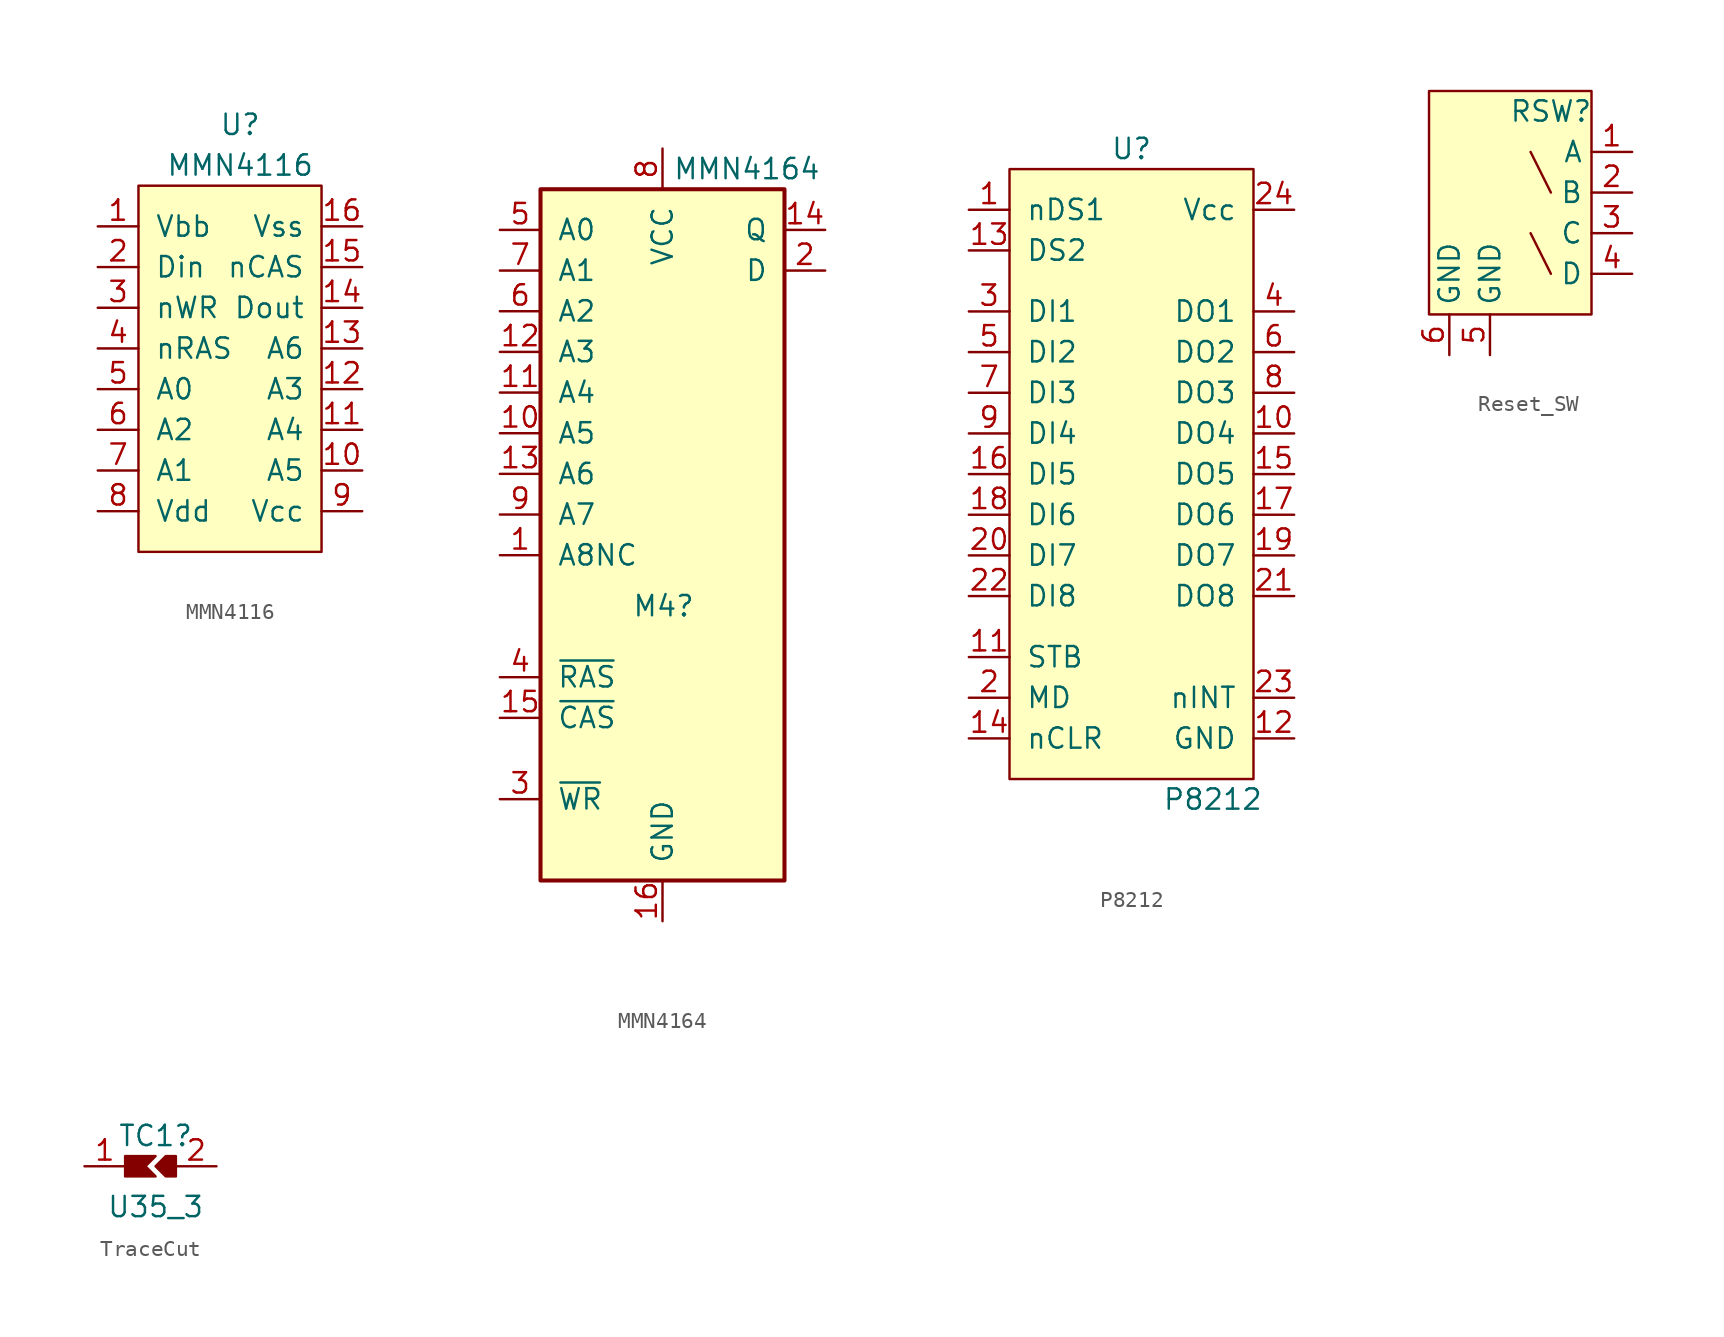
<source format=kicad_sym>
(kicad_symbol_lib
  (version 20231120)
  (generator "kicad_symbol_editor")
  (generator_version "8.0")
  (symbol "MMN4116"
    (pin_names
      (offset 1.016))
    (property "Reference" "U"
      (at 0 0 0)
      (effects (font (size 1.27 1.27))))
    (property "Value" "MMN4116"
      (at 0 -2.54 0)
      (effects (font (size 1.27 1.27))))
    (symbol "MMN4116_1_1"
      (rectangle (start -6.35 -3.81) (end 5.08 -26.67) (stroke (width 0) (type solid)) (fill (type background)))
      (pin power_in line (at -8.89 -6.35 0) (length 2.54) (name "Vbb" (effects (font (size 1.27 1.27)))) (number "1" (effects (font (size 1.27 1.27)))))
      (pin input line (at 7.62 -21.59 180) (length 2.54) (name "A5" (effects (font (size 1.27 1.27)))) (number "10" (effects (font (size 1.27 1.27)))))
      (pin input line (at 7.62 -19.05 180) (length 2.54) (name "A4" (effects (font (size 1.27 1.27)))) (number "11" (effects (font (size 1.27 1.27)))))
      (pin input line (at 7.62 -16.51 180) (length 2.54) (name "A3" (effects (font (size 1.27 1.27)))) (number "12" (effects (font (size 1.27 1.27)))))
      (pin input line (at 7.62 -13.97 180) (length 2.54) (name "A6" (effects (font (size 1.27 1.27)))) (number "13" (effects (font (size 1.27 1.27)))))
      (pin bidirectional line (at 7.62 -11.43 180) (length 2.54) (name "Dout" (effects (font (size 1.27 1.27)))) (number "14" (effects (font (size 1.27 1.27)))))
      (pin input line (at 7.62 -8.89 180) (length 2.54) (name "nCAS" (effects (font (size 1.27 1.27)))) (number "15" (effects (font (size 1.27 1.27)))))
      (pin passive line (at 7.62 -6.35 180) (length 2.54) (name "Vss" (effects (font (size 1.27 1.27)))) (number "16" (effects (font (size 1.27 1.27)))))
      (pin bidirectional line (at -8.89 -8.89 0) (length 2.54) (name "Din" (effects (font (size 1.27 1.27)))) (number "2" (effects (font (size 1.27 1.27)))))
      (pin input line (at -8.89 -11.43 0) (length 2.54) (name "nWR" (effects (font (size 1.27 1.27)))) (number "3" (effects (font (size 1.27 1.27)))))
      (pin input line (at -8.89 -13.97 0) (length 2.54) (name "nRAS" (effects (font (size 1.27 1.27)))) (number "4" (effects (font (size 1.27 1.27)))))
      (pin input line (at -8.89 -16.51 0) (length 2.54) (name "A0" (effects (font (size 1.27 1.27)))) (number "5" (effects (font (size 1.27 1.27)))))
      (pin input line (at -8.89 -19.05 0) (length 2.54) (name "A2" (effects (font (size 1.27 1.27)))) (number "6" (effects (font (size 1.27 1.27)))))
      (pin input line (at -8.89 -21.59 0) (length 2.54) (name "A1" (effects (font (size 1.27 1.27)))) (number "7" (effects (font (size 1.27 1.27)))))
      (pin power_in line (at -8.89 -24.13 0) (length 2.54) (name "Vdd" (effects (font (size 1.27 1.27)))) (number "8" (effects (font (size 1.27 1.27)))))
      (pin power_in line (at 7.62 -24.13 180) (length 2.54) (name "Vcc" (effects (font (size 1.27 1.27)))) (number "9" (effects (font (size 1.27 1.27)))))))
  (symbol "MMN4164"
    (pin_names
      (offset 1.016))
    (property "Reference" "M4"
      (at -1.905 -0.635 0)
      (effects (font (size 1.27 1.27)) (justify left)))
    (property "Value" "MMN4164"
      (at 0.635 26.67 0)
      (effects (font (size 1.27 1.27)) (justify left)))
    (symbol "MMN4164_1_1"
      (rectangle (start -7.62 25.4) (end 7.62 -17.78) (stroke (width 0.254) (type default)) (fill (type background)))
      (pin input line (at -10.16 2.54 0) (length 2.54) (name "A8NC" (effects (font (size 1.27 1.27)))) (number "1" (effects (font (size 1.27 1.27)))))
      (pin input line (at -10.16 10.16 0) (length 2.54) (name "A5" (effects (font (size 1.27 1.27)))) (number "10" (effects (font (size 1.27 1.27)))))
      (pin input line (at -10.16 12.7 0) (length 2.54) (name "A4" (effects (font (size 1.27 1.27)))) (number "11" (effects (font (size 1.27 1.27)))))
      (pin input line (at -10.16 15.24 0) (length 2.54) (name "A3" (effects (font (size 1.27 1.27)))) (number "12" (effects (font (size 1.27 1.27)))))
      (pin input line (at -10.16 7.62 0) (length 2.54) (name "A6" (effects (font (size 1.27 1.27)))) (number "13" (effects (font (size 1.27 1.27)))))
      (pin tri_state line (at 10.16 22.86 180) (length 2.54) (name "Q" (effects (font (size 1.27 1.27)))) (number "14" (effects (font (size 1.27 1.27)))))
      (pin input line (at -10.16 -7.62 0) (length 2.54) (name "~{CAS}" (effects (font (size 1.27 1.27)))) (number "15" (effects (font (size 1.27 1.27)))))
      (pin power_in line (at 0 -20.32 90) (length 2.54) (name "GND" (effects (font (size 1.27 1.27)))) (number "16" (effects (font (size 1.27 1.27)))))
      (pin tri_state line (at 10.16 20.32 180) (length 2.54) (name "D" (effects (font (size 1.27 1.27)))) (number "2" (effects (font (size 1.27 1.27)))))
      (pin input line (at -10.16 -12.7 0) (length 2.54) (name "~{WR}" (effects (font (size 1.27 1.27)))) (number "3" (effects (font (size 1.27 1.27)))))
      (pin input line (at -10.16 -5.08 0) (length 2.54) (name "~{RAS}" (effects (font (size 1.27 1.27)))) (number "4" (effects (font (size 1.27 1.27)))))
      (pin input line (at -10.16 22.86 0) (length 2.54) (name "A0" (effects (font (size 1.27 1.27)))) (number "5" (effects (font (size 1.27 1.27)))))
      (pin input line (at -10.16 17.78 0) (length 2.54) (name "A2" (effects (font (size 1.27 1.27)))) (number "6" (effects (font (size 1.27 1.27)))))
      (pin input line (at -10.16 20.32 0) (length 2.54) (name "A1" (effects (font (size 1.27 1.27)))) (number "7" (effects (font (size 1.27 1.27)))))
      (pin power_in line (at 0 27.94 270) (length 2.54) (name "VCC" (effects (font (size 1.27 1.27)))) (number "8" (effects (font (size 1.27 1.27)))))
      (pin input line (at -10.16 5.08 0) (length 2.54) (name "A7" (effects (font (size 1.27 1.27)))) (number "9" (effects (font (size 1.27 1.27)))))))
  (symbol "P8212"
    (pin_names
      (offset 1.016))
    (property "Reference" "U"
      (at 0 19.05 0)
      (effects (font (size 1.27 1.27))))
    (property "Value" "P8212"
      (at 5.08 -21.59 0)
      (effects (font (size 1.27 1.27))))
    (symbol "P8212_1_1"
      (rectangle (start -7.62 17.78) (end 7.62 -20.32) (stroke (width 0) (type solid)) (fill (type background)))
      (pin input line (at -10.16 15.24 0) (length 2.54) (name "nDS1" (effects (font (size 1.27 1.27)))) (number "1" (effects (font (size 1.27 1.27)))))
      (pin tri_state line (at 10.16 1.27 180) (length 2.54) (name "DO4" (effects (font (size 1.27 1.27)))) (number "10" (effects (font (size 1.27 1.27)))))
      (pin input line (at -10.16 -12.7 0) (length 2.54) (name "STB" (effects (font (size 1.27 1.27)))) (number "11" (effects (font (size 1.27 1.27)))))
      (pin power_out line (at 10.16 -17.78 180) (length 2.54) (name "GND" (effects (font (size 1.27 1.27)))) (number "12" (effects (font (size 1.27 1.27)))))
      (pin input line (at -10.16 12.7 0) (length 2.54) (name "DS2" (effects (font (size 1.27 1.27)))) (number "13" (effects (font (size 1.27 1.27)))))
      (pin input line (at -10.16 -17.78 0) (length 2.54) (name "nCLR" (effects (font (size 1.27 1.27)))) (number "14" (effects (font (size 1.27 1.27)))))
      (pin tri_state line (at 10.16 -1.27 180) (length 2.54) (name "DO5" (effects (font (size 1.27 1.27)))) (number "15" (effects (font (size 1.27 1.27)))))
      (pin input line (at -10.16 -1.27 0) (length 2.54) (name "DI5" (effects (font (size 1.27 1.27)))) (number "16" (effects (font (size 1.27 1.27)))))
      (pin tri_state line (at 10.16 -3.81 180) (length 2.54) (name "DO6" (effects (font (size 1.27 1.27)))) (number "17" (effects (font (size 1.27 1.27)))))
      (pin input line (at -10.16 -3.81 0) (length 2.54) (name "DI6" (effects (font (size 1.27 1.27)))) (number "18" (effects (font (size 1.27 1.27)))))
      (pin tri_state line (at 10.16 -6.35 180) (length 2.54) (name "DO7" (effects (font (size 1.27 1.27)))) (number "19" (effects (font (size 1.27 1.27)))))
      (pin input line (at -10.16 -15.24 0) (length 2.54) (name "MD" (effects (font (size 1.27 1.27)))) (number "2" (effects (font (size 1.27 1.27)))))
      (pin input line (at -10.16 -6.35 0) (length 2.54) (name "DI7" (effects (font (size 1.27 1.27)))) (number "20" (effects (font (size 1.27 1.27)))))
      (pin tri_state line (at 10.16 -8.89 180) (length 2.54) (name "DO8" (effects (font (size 1.27 1.27)))) (number "21" (effects (font (size 1.27 1.27)))))
      (pin input line (at -10.16 -8.89 0) (length 2.54) (name "DI8" (effects (font (size 1.27 1.27)))) (number "22" (effects (font (size 1.27 1.27)))))
      (pin output line (at 10.16 -15.24 180) (length 2.54) (name "nINT" (effects (font (size 1.27 1.27)))) (number "23" (effects (font (size 1.27 1.27)))))
      (pin power_in line (at 10.16 15.24 180) (length 2.54) (name "Vcc" (effects (font (size 1.27 1.27)))) (number "24" (effects (font (size 1.27 1.27)))))
      (pin input line (at -10.16 8.89 0) (length 2.54) (name "DI1" (effects (font (size 1.27 1.27)))) (number "3" (effects (font (size 1.27 1.27)))))
      (pin tri_state line (at 10.16 8.89 180) (length 2.54) (name "DO1" (effects (font (size 1.27 1.27)))) (number "4" (effects (font (size 1.27 1.27)))))
      (pin input line (at -10.16 6.35 0) (length 2.54) (name "DI2" (effects (font (size 1.27 1.27)))) (number "5" (effects (font (size 1.27 1.27)))))
      (pin tri_state line (at 10.16 6.35 180) (length 2.54) (name "DO2" (effects (font (size 1.27 1.27)))) (number "6" (effects (font (size 1.27 1.27)))))
      (pin input line (at -10.16 3.81 0) (length 2.54) (name "DI3" (effects (font (size 1.27 1.27)))) (number "7" (effects (font (size 1.27 1.27)))))
      (pin tri_state line (at 10.16 3.81 180) (length 2.54) (name "DO3" (effects (font (size 1.27 1.27)))) (number "8" (effects (font (size 1.27 1.27)))))
      (pin input line (at -10.16 1.27 0) (length 2.54) (name "DI4" (effects (font (size 1.27 1.27)))) (number "9" (effects (font (size 1.27 1.27)))))))
  (symbol "Reset_SW"
    (property "Reference" "RSW"
      (at -2.54 6.35 0)
      (effects (font (size 1.27 1.27))))
    (property "Value" ""
      (at 0 0 0)
      (effects (font (size 1.27 1.27))))
    (symbol "Reset_SW_0_1"
      (polyline (pts (xy -2.54 -3.81) (xy -3.81 -1.27)) (stroke (width 0) (type default)) (fill (type none)))
      (polyline (pts (xy -2.54 1.27) (xy -3.81 3.81)) (stroke (width 0) (type default)) (fill (type none))))
    (symbol "Reset_SW_1_1"
      (rectangle (start -10.16 7.62) (end 0 -6.35) (stroke (width 0) (type default)) (fill (type background)))
      (pin passive line (at 2.54 3.81 180) (length 2.54) (name "A" (effects (font (size 1.27 1.27)))) (number "1" (effects (font (size 1.27 1.27)))))
      (pin passive line (at 2.54 1.27 180) (length 2.54) (name "B" (effects (font (size 1.27 1.27)))) (number "2" (effects (font (size 1.27 1.27)))))
      (pin passive line (at 2.54 -1.27 180) (length 2.54) (name "C" (effects (font (size 1.27 1.27)))) (number "3" (effects (font (size 1.27 1.27)))))
      (pin passive line (at 2.54 -3.81 180) (length 2.54) (name "D" (effects (font (size 1.27 1.27)))) (number "4" (effects (font (size 1.27 1.27)))))
      (pin passive line (at -6.35 -8.89 90) (length 2.54) (name "GND" (effects (font (size 1.27 1.27)))) (number "5" (effects (font (size 1.27 1.27)))))
      (pin passive line (at -8.89 -8.89 90) (length 2.54) (name "GND" (effects (font (size 1.27 1.27)))) (number "6" (effects (font (size 1.27 1.27)))))))
  (symbol "TraceCut"
    (pin_names
      (offset 0))
    (property "Reference" "TC1"
      (at 0.635 1.905 0)
      (effects (font (size 1.27 1.27))))
    (property "Value" "U35_3"
      (at 0.635 -2.54 0)
      (effects (font (size 1.27 1.27))))
    (symbol "TraceCut_1_1"
      (polyline (pts (xy 0.635 0.635) (xy -1.27 0.635) (xy -1.27 -0.635) (xy 0.635 -0.635) (xy 0 0) (xy 0.635 0.635)) (stroke (width 0) (type default)) (fill (type outline)))
      (polyline (pts (xy 1.27 0.635) (xy 0.635 0) (xy 1.27 -0.635) (xy 1.905 -0.635) (xy 1.905 0.635) (xy 1.27 0.635)) (stroke (width 0) (type default)) (fill (type outline)))
      (pin passive line (at -3.81 0 0) (length 2.54) (name "" (effects (font (size 1.27 1.27)))) (number "1" (effects (font (size 1.27 1.27)))))
      (pin passive line (at 4.445 0 180) (length 2.54) (name "" (effects (font (size 1.27 1.27)))) (number "2" (effects (font (size 1.27 1.27))))))))
</source>
